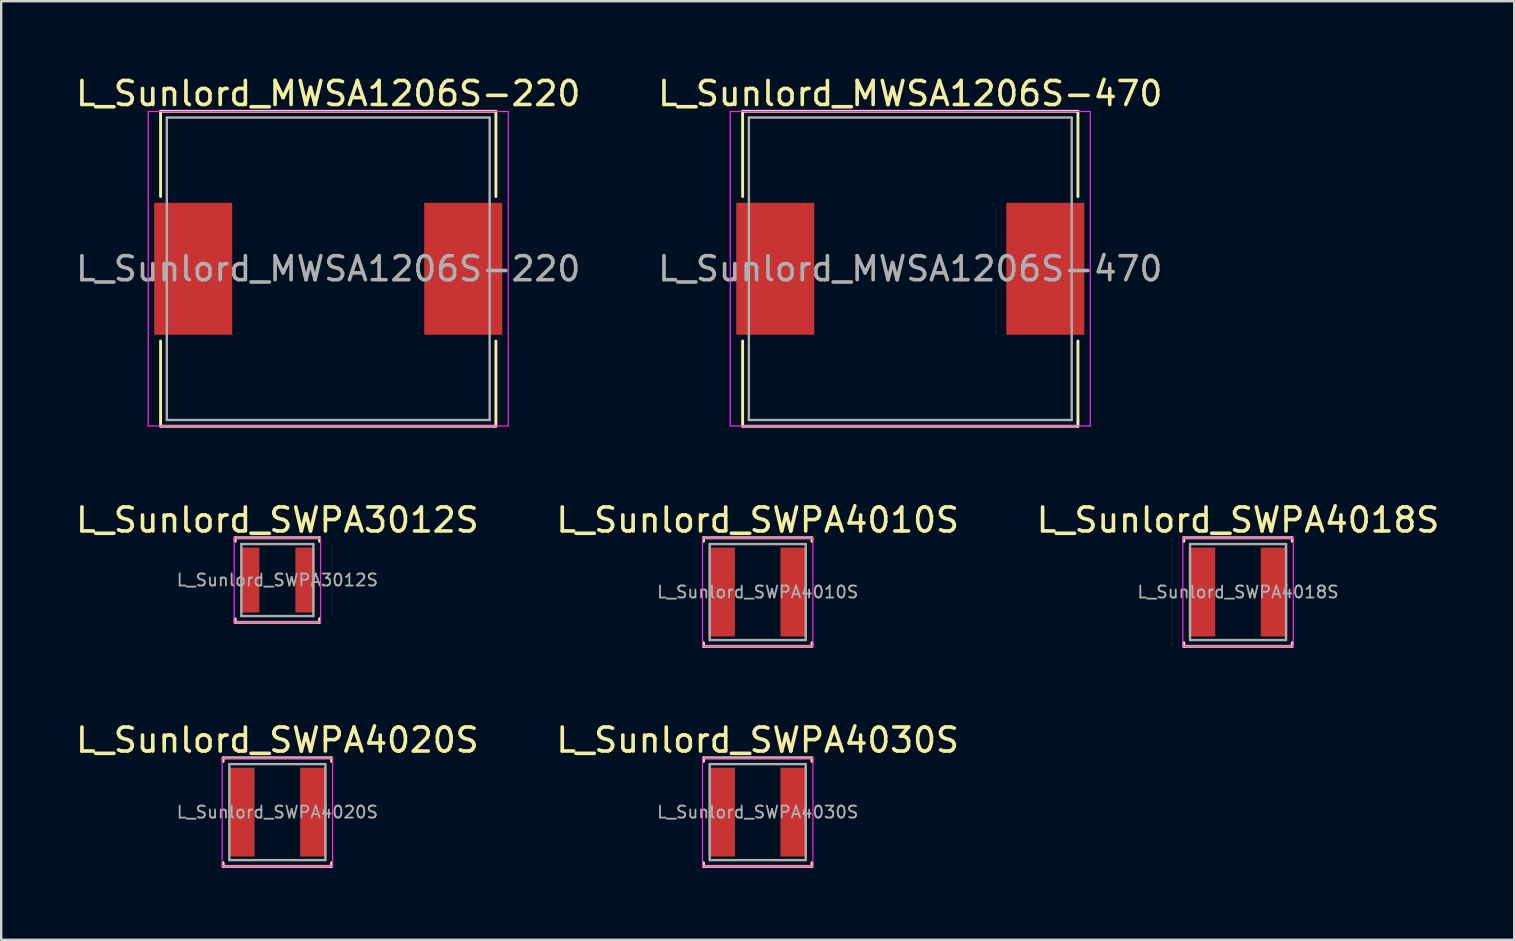
<source format=kicad_pcb>
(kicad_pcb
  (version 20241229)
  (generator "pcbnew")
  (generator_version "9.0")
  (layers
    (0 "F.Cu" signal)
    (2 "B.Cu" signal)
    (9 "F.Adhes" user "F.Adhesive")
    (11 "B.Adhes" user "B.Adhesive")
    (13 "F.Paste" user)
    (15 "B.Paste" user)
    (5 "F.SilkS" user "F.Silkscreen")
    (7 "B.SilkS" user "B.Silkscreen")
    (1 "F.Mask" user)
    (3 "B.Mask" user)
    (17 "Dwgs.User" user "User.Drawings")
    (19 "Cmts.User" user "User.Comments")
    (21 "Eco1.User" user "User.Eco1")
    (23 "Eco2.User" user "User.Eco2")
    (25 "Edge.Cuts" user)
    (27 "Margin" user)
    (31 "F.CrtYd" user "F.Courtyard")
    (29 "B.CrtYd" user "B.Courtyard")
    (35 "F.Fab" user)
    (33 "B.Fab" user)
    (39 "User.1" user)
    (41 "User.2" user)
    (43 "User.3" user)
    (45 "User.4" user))
  (footprint "L_Sunlord_MWSA1206S-220"
    (layer "F.Cu")
    (at 10.625 8.148)
    (property "Reference" "L_Sunlord_MWSA1206S-220" (at 0 -7.3 0) (layer "F.SilkS") (effects (font (size 1 1) (thickness 0.15))))
    (attr smd)
    (fp_line (start -6.985 -6.56) (end -6.985 -3.01) (stroke (width 0.12) (type solid)) (layer "F.SilkS"))
    (fp_line (start -6.985 -6.56) (end 6.985 -6.56) (stroke (width 0.12) (type solid)) (layer "F.SilkS"))
    (fp_line (start -6.985 6.56) (end -6.985 3.01) (stroke (width 0.12) (type solid)) (layer "F.SilkS"))
    (fp_line (start -6.985 6.56) (end 6.985 6.56) (stroke (width 0.12) (type solid)) (layer "F.SilkS"))
    (fp_line (start 6.985 -6.56) (end 6.985 -3.01) (stroke (width 0.12) (type solid)) (layer "F.SilkS"))
    (fp_line (start 6.985 6.56) (end 6.985 3.01) (stroke (width 0.12) (type solid)) (layer "F.SilkS"))
    (fp_line (start -7.5 -6.55) (end -7.5 6.55) (stroke (width 0.05) (type solid)) (layer "F.CrtYd"))
    (fp_line (start -7.5 6.55) (end 7.5 6.55) (stroke (width 0.05) (type solid)) (layer "F.CrtYd"))
    (fp_line (start 7.5 -6.55) (end -7.5 -6.55) (stroke (width 0.05) (type solid)) (layer "F.CrtYd"))
    (fp_line (start 7.5 6.55) (end 7.5 -6.55) (stroke (width 0.05) (type solid)) (layer "F.CrtYd"))
    (fp_line (start -6.725 -6.3) (end -6.725 6.3) (stroke (width 0.1) (type solid)) (layer "F.Fab"))
    (fp_line (start -6.725 6.3) (end 6.725 6.3) (stroke (width 0.1) (type solid)) (layer "F.Fab"))
    (fp_line (start 6.725 -6.3) (end -6.725 -6.3) (stroke (width 0.1) (type solid)) (layer "F.Fab"))
    (fp_line (start 6.725 6.3) (end 6.725 -6.3) (stroke (width 0.1) (type solid)) (layer "F.Fab"))
    (fp_text user "${REFERENCE}" (at 0 0 0) (layer "F.Fab") (effects (font (size 1 1) (thickness 0.15))))
    (pad "1" smd rect (at -5.625 0) (size 3.25 5.5) (layers "F.Cu" "F.Mask" "F.Paste"))
    (pad "2" smd rect (at 5.625 0) (size 3.25 5.5) (layers "F.Cu" "F.Mask" "F.Paste")))
  (footprint "L_Sunlord_MWSA1206S-470"
    (layer "F.Cu")
    (at 34.875 8.148)
    (property "Reference" "L_Sunlord_MWSA1206S-470" (at 0 -7.3 0) (layer "F.SilkS") (effects (font (size 1 1) (thickness 0.15))))
    (attr smd)
    (fp_line (start -6.985 -6.56) (end -6.985 -3.01) (stroke (width 0.12) (type solid)) (layer "F.SilkS"))
    (fp_line (start -6.985 -6.56) (end 6.985 -6.56) (stroke (width 0.12) (type solid)) (layer "F.SilkS"))
    (fp_line (start -6.985 6.56) (end -6.985 3.01) (stroke (width 0.12) (type solid)) (layer "F.SilkS"))
    (fp_line (start -6.985 6.56) (end 6.985 6.56) (stroke (width 0.12) (type solid)) (layer "F.SilkS"))
    (fp_line (start 6.985 -6.56) (end 6.985 -3.01) (stroke (width 0.12) (type solid)) (layer "F.SilkS"))
    (fp_line (start 6.985 6.56) (end 6.985 3.01) (stroke (width 0.12) (type solid)) (layer "F.SilkS"))
    (fp_line (start -7.5 -6.55) (end -7.5 6.55) (stroke (width 0.05) (type solid)) (layer "F.CrtYd"))
    (fp_line (start -7.5 6.55) (end 7.5 6.55) (stroke (width 0.05) (type solid)) (layer "F.CrtYd"))
    (fp_line (start 7.5 -6.55) (end -7.5 -6.55) (stroke (width 0.05) (type solid)) (layer "F.CrtYd"))
    (fp_line (start 7.5 6.55) (end 7.5 -6.55) (stroke (width 0.05) (type solid)) (layer "F.CrtYd"))
    (fp_line (start -6.725 -6.3) (end -6.725 6.3) (stroke (width 0.1) (type solid)) (layer "F.Fab"))
    (fp_line (start -6.725 6.3) (end 6.725 6.3) (stroke (width 0.1) (type solid)) (layer "F.Fab"))
    (fp_line (start 6.725 -6.3) (end -6.725 -6.3) (stroke (width 0.1) (type solid)) (layer "F.Fab"))
    (fp_line (start 6.725 6.3) (end 6.725 -6.3) (stroke (width 0.1) (type solid)) (layer "F.Fab"))
    (fp_text user "${REFERENCE}" (at 0 0 0) (layer "F.Fab") (effects (font (size 1 1) (thickness 0.15))))
    (pad "1" smd rect (at -5.625 0) (size 3.25 5.5) (layers "F.Cu" "F.Mask" "F.Paste"))
    (pad "2" smd rect (at 5.625 0) (size 3.25 5.5) (layers "F.Cu" "F.Mask" "F.Paste")))
  (footprint "L_Sunlord_SWPA4030S"
    (layer "F.Cu")
    (at 28.518 30.785)
    (property "Reference" "L_Sunlord_SWPA4030S" (at 0 -3 0) (layer "F.SilkS") (effects (font (size 1 1) (thickness 0.15))))
    (attr smd)
    (fp_line (start -2.26 -2.26) (end -2.26 -2.11) (stroke (width 0.12) (type solid)) (layer "F.SilkS"))
    (fp_line (start -2.26 -2.26) (end 2.26 -2.26) (stroke (width 0.12) (type solid)) (layer "F.SilkS"))
    (fp_line (start -2.26 2.26) (end -2.26 2.11) (stroke (width 0.12) (type solid)) (layer "F.SilkS"))
    (fp_line (start -2.26 2.26) (end 2.26 2.26) (stroke (width 0.12) (type solid)) (layer "F.SilkS"))
    (fp_line (start 2.26 -2.26) (end 2.26 -2.11) (stroke (width 0.12) (type solid)) (layer "F.SilkS"))
    (fp_line (start 2.26 2.26) (end 2.26 2.11) (stroke (width 0.12) (type solid)) (layer "F.SilkS"))
    (fp_line (start -2.3 -2.25) (end -2.3 2.25) (stroke (width 0.05) (type solid)) (layer "F.CrtYd"))
    (fp_line (start -2.3 2.25) (end 2.3 2.25) (stroke (width 0.05) (type solid)) (layer "F.CrtYd"))
    (fp_line (start 2.3 -2.25) (end -2.3 -2.25) (stroke (width 0.05) (type solid)) (layer "F.CrtYd"))
    (fp_line (start 2.3 2.25) (end 2.3 -2.25) (stroke (width 0.05) (type solid)) (layer "F.CrtYd"))
    (fp_line (start -2 -2) (end -2 2) (stroke (width 0.1) (type solid)) (layer "F.Fab"))
    (fp_line (start -2 2) (end 2 2) (stroke (width 0.1) (type solid)) (layer "F.Fab"))
    (fp_line (start 2 -2) (end -2 -2) (stroke (width 0.1) (type solid)) (layer "F.Fab"))
    (fp_line (start 2 2) (end 2 -2) (stroke (width 0.1) (type solid)) (layer "F.Fab"))
    (fp_text user "${REFERENCE}" (at 0 0 0) (layer "F.Fab") (effects (font (size 0.5 0.5) (thickness 0.075))))
    (pad "1" smd rect (at -1.5 0) (size 1.1 3.7) (layers "F.Cu" "F.Mask" "F.Paste"))
    (pad "2" smd rect (at 1.5 0) (size 1.1 3.7) (layers "F.Cu" "F.Mask" "F.Paste")))
  (footprint "L_Sunlord_SWPA4020S"
    (layer "F.Cu")
    (at 8.506 30.785)
    (property "Reference" "L_Sunlord_SWPA4020S" (at 0 -3 0) (layer "F.SilkS") (effects (font (size 1 1) (thickness 0.15))))
    (attr smd)
    (fp_line (start -2.26 -2.26) (end -2.26 -2.11) (stroke (width 0.12) (type solid)) (layer "F.SilkS"))
    (fp_line (start -2.26 -2.26) (end 2.26 -2.26) (stroke (width 0.12) (type solid)) (layer "F.SilkS"))
    (fp_line (start -2.26 2.26) (end -2.26 2.11) (stroke (width 0.12) (type solid)) (layer "F.SilkS"))
    (fp_line (start -2.26 2.26) (end 2.26 2.26) (stroke (width 0.12) (type solid)) (layer "F.SilkS"))
    (fp_line (start 2.26 -2.26) (end 2.26 -2.11) (stroke (width 0.12) (type solid)) (layer "F.SilkS"))
    (fp_line (start 2.26 2.26) (end 2.26 2.11) (stroke (width 0.12) (type solid)) (layer "F.SilkS"))
    (fp_line (start -2.3 -2.25) (end -2.3 2.25) (stroke (width 0.05) (type solid)) (layer "F.CrtYd"))
    (fp_line (start -2.3 2.25) (end 2.3 2.25) (stroke (width 0.05) (type solid)) (layer "F.CrtYd"))
    (fp_line (start 2.3 -2.25) (end -2.3 -2.25) (stroke (width 0.05) (type solid)) (layer "F.CrtYd"))
    (fp_line (start 2.3 2.25) (end 2.3 -2.25) (stroke (width 0.05) (type solid)) (layer "F.CrtYd"))
    (fp_line (start -2 -2) (end -2 2) (stroke (width 0.1) (type solid)) (layer "F.Fab"))
    (fp_line (start -2 2) (end 2 2) (stroke (width 0.1) (type solid)) (layer "F.Fab"))
    (fp_line (start 2 -2) (end -2 -2) (stroke (width 0.1) (type solid)) (layer "F.Fab"))
    (fp_line (start 2 2) (end 2 -2) (stroke (width 0.1) (type solid)) (layer "F.Fab"))
    (fp_text user "${REFERENCE}" (at 0 0 0) (layer "F.Fab") (effects (font (size 0.5 0.5) (thickness 0.075))))
    (pad "1" smd rect (at -1.5 0) (size 1.1 3.7) (layers "F.Cu" "F.Mask" "F.Paste"))
    (pad "2" smd rect (at 1.5 0) (size 1.1 3.7) (layers "F.Cu" "F.Mask" "F.Paste")))
  (footprint "L_Sunlord_SWPA4010S"
    (layer "F.Cu")
    (at 28.518 21.616)
    (property "Reference" "L_Sunlord_SWPA4010S" (at 0 -3 0) (layer "F.SilkS") (effects (font (size 1 1) (thickness 0.15))))
    (attr smd)
    (fp_line (start -2.26 -2.26) (end -2.26 -2.11) (stroke (width 0.12) (type solid)) (layer "F.SilkS"))
    (fp_line (start -2.26 -2.26) (end 2.26 -2.26) (stroke (width 0.12) (type solid)) (layer "F.SilkS"))
    (fp_line (start -2.26 2.26) (end -2.26 2.11) (stroke (width 0.12) (type solid)) (layer "F.SilkS"))
    (fp_line (start -2.26 2.26) (end 2.26 2.26) (stroke (width 0.12) (type solid)) (layer "F.SilkS"))
    (fp_line (start 2.26 -2.26) (end 2.26 -2.11) (stroke (width 0.12) (type solid)) (layer "F.SilkS"))
    (fp_line (start 2.26 2.26) (end 2.26 2.11) (stroke (width 0.12) (type solid)) (layer "F.SilkS"))
    (fp_line (start -2.3 -2.25) (end -2.3 2.25) (stroke (width 0.05) (type solid)) (layer "F.CrtYd"))
    (fp_line (start -2.3 2.25) (end 2.3 2.25) (stroke (width 0.05) (type solid)) (layer "F.CrtYd"))
    (fp_line (start 2.3 -2.25) (end -2.3 -2.25) (stroke (width 0.05) (type solid)) (layer "F.CrtYd"))
    (fp_line (start 2.3 2.25) (end 2.3 -2.25) (stroke (width 0.05) (type solid)) (layer "F.CrtYd"))
    (fp_line (start -2 -2) (end -2 2) (stroke (width 0.1) (type solid)) (layer "F.Fab"))
    (fp_line (start -2 2) (end 2 2) (stroke (width 0.1) (type solid)) (layer "F.Fab"))
    (fp_line (start 2 -2) (end -2 -2) (stroke (width 0.1) (type solid)) (layer "F.Fab"))
    (fp_line (start 2 2) (end 2 -2) (stroke (width 0.1) (type solid)) (layer "F.Fab"))
    (fp_text user "${REFERENCE}" (at 0 0 0) (layer "F.Fab") (effects (font (size 0.5 0.5) (thickness 0.075))))
    (pad "1" smd rect (at -1.5 0) (size 1.1 3.7) (layers "F.Cu" "F.Mask" "F.Paste"))
    (pad "2" smd rect (at 1.5 0) (size 1.1 3.7) (layers "F.Cu" "F.Mask" "F.Paste")))
  (footprint "L_Sunlord_SWPA3012S"
    (layer "F.Cu")
    (at 8.506 21.116)
    (property "Reference" "L_Sunlord_SWPA3012S" (at 0 -2.5 0) (layer "F.SilkS") (effects (font (size 1 1) (thickness 0.15))))
    (attr smd)
    (fp_line (start -1.76 -1.76) (end -1.76 -1.61) (stroke (width 0.12) (type solid)) (layer "F.SilkS"))
    (fp_line (start -1.76 -1.76) (end 1.76 -1.76) (stroke (width 0.12) (type solid)) (layer "F.SilkS"))
    (fp_line (start -1.76 1.76) (end -1.76 1.61) (stroke (width 0.12) (type solid)) (layer "F.SilkS"))
    (fp_line (start -1.76 1.76) (end 1.76 1.76) (stroke (width 0.12) (type solid)) (layer "F.SilkS"))
    (fp_line (start 1.76 -1.76) (end 1.76 -1.61) (stroke (width 0.12) (type solid)) (layer "F.SilkS"))
    (fp_line (start 1.76 1.76) (end 1.76 1.61) (stroke (width 0.12) (type solid)) (layer "F.SilkS"))
    (fp_line (start -1.8 -1.75) (end -1.8 1.75) (stroke (width 0.05) (type solid)) (layer "F.CrtYd"))
    (fp_line (start -1.8 1.75) (end 1.8 1.75) (stroke (width 0.05) (type solid)) (layer "F.CrtYd"))
    (fp_line (start 1.8 -1.75) (end -1.8 -1.75) (stroke (width 0.05) (type solid)) (layer "F.CrtYd"))
    (fp_line (start 1.8 1.75) (end 1.8 -1.75) (stroke (width 0.05) (type solid)) (layer "F.CrtYd"))
    (fp_line (start -1.5 -1.5) (end -1.5 1.5) (stroke (width 0.1) (type solid)) (layer "F.Fab"))
    (fp_line (start -1.5 1.5) (end 1.5 1.5) (stroke (width 0.1) (type solid)) (layer "F.Fab"))
    (fp_line (start 1.5 -1.5) (end -1.5 -1.5) (stroke (width 0.1) (type solid)) (layer "F.Fab"))
    (fp_line (start 1.5 1.5) (end 1.5 -1.5) (stroke (width 0.1) (type solid)) (layer "F.Fab"))
    (fp_text user "${REFERENCE}" (at 0 0 0) (layer "F.Fab") (effects (font (size 0.5 0.5) (thickness 0.075))))
    (pad "1" smd rect (at -1.15 0) (size 0.8 2.7) (layers "F.Cu" "F.Mask" "F.Paste"))
    (pad "2" smd rect (at 1.15 0) (size 0.8 2.7) (layers "F.Cu" "F.Mask" "F.Paste")))
  (footprint "L_Sunlord_SWPA4018S"
    (layer "F.Cu")
    (at 48.53 21.616)
    (property "Reference" "L_Sunlord_SWPA4018S" (at 0 -3 0) (layer "F.SilkS") (effects (font (size 1 1) (thickness 0.15))))
    (attr smd)
    (fp_line (start -2.26 -2.26) (end -2.26 -2.11) (stroke (width 0.12) (type solid)) (layer "F.SilkS"))
    (fp_line (start -2.26 -2.26) (end 2.26 -2.26) (stroke (width 0.12) (type solid)) (layer "F.SilkS"))
    (fp_line (start -2.26 2.26) (end -2.26 2.11) (stroke (width 0.12) (type solid)) (layer "F.SilkS"))
    (fp_line (start -2.26 2.26) (end 2.26 2.26) (stroke (width 0.12) (type solid)) (layer "F.SilkS"))
    (fp_line (start 2.26 -2.26) (end 2.26 -2.11) (stroke (width 0.12) (type solid)) (layer "F.SilkS"))
    (fp_line (start 2.26 2.26) (end 2.26 2.11) (stroke (width 0.12) (type solid)) (layer "F.SilkS"))
    (fp_line (start -2.3 -2.25) (end -2.3 2.25) (stroke (width 0.05) (type solid)) (layer "F.CrtYd"))
    (fp_line (start -2.3 2.25) (end 2.3 2.25) (stroke (width 0.05) (type solid)) (layer "F.CrtYd"))
    (fp_line (start 2.3 -2.25) (end -2.3 -2.25) (stroke (width 0.05) (type solid)) (layer "F.CrtYd"))
    (fp_line (start 2.3 2.25) (end 2.3 -2.25) (stroke (width 0.05) (type solid)) (layer "F.CrtYd"))
    (fp_line (start -2 -2) (end -2 2) (stroke (width 0.1) (type solid)) (layer "F.Fab"))
    (fp_line (start -2 2) (end 2 2) (stroke (width 0.1) (type solid)) (layer "F.Fab"))
    (fp_line (start 2 -2) (end -2 -2) (stroke (width 0.1) (type solid)) (layer "F.Fab"))
    (fp_line (start 2 2) (end 2 -2) (stroke (width 0.1) (type solid)) (layer "F.Fab"))
    (fp_text user "${REFERENCE}" (at 0 0 0) (layer "F.Fab") (effects (font (size 0.5 0.5) (thickness 0.075))))
    (pad "1" smd rect (at -1.5 0) (size 1.1 3.7) (layers "F.Cu" "F.Mask" "F.Paste"))
    (pad "2" smd rect (at 1.5 0) (size 1.1 3.7) (layers "F.Cu" "F.Mask" "F.Paste")))
  (gr_rect
    (start -3 -3)
    (end 60.036 36.105)
    (stroke (width 0.1) (type default))
    (fill no)
    (layer "Edge.Cuts")))
</source>
